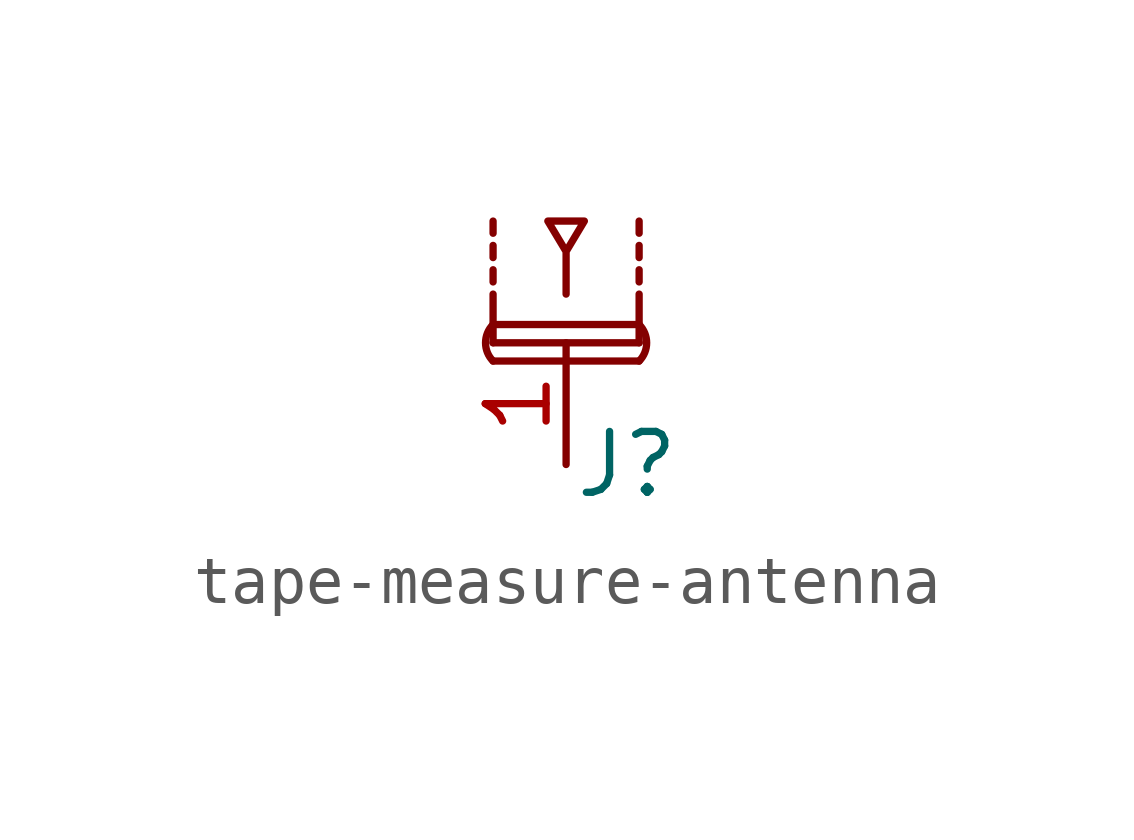
<source format=kicad_sym>
(kicad_symbol_lib
  (version 20241209)
  (generator "kicad_symbol_editor")
  (generator_version "9.0")
  (symbol "tape-measure-antenna"
    (property "Reference" "J"
      (at 1.27 0 0)
      (effects (font (size 1.27 1.27))))
    (property "Value" ""
      (at 0 0 0)
      (effects (font (size 1.27 1.27))))
    (symbol "tape-measure-antenna_0_1"
      (polyline (pts (xy -1.524 4.826) (xy -1.524 5.08)) (stroke (width 0) (type default)) (fill (type none)))
      (polyline (pts (xy -1.524 4.318) (xy -1.524 4.572)) (stroke (width 0) (type default)) (fill (type none)))
      (polyline (pts (xy -1.524 3.81) (xy -1.524 4.064)) (stroke (width 0) (type default)) (fill (type none)))
      (polyline (pts (xy -1.524 2.54) (xy -1.524 3.556)) (stroke (width 0) (type default)) (fill (type none)))
      (polyline (pts (xy -1.524 2.159) (xy 1.524 2.159)) (stroke (width 0) (type default)) (fill (type none)))
      (arc (start -1.524 2.159) (mid -1.6814 2.54) (end -1.524 2.921) (stroke (width 0) (type default)) (fill (type none)))
      (polyline (pts (xy 0 3.556) (xy 0 4.445) (xy 0.381 5.08) (xy -0.381 5.08) (xy 0 4.445)) (stroke (width 0) (type default)) (fill (type none)))
      (arc (start 1.524 2.921) (mid 1.6812 2.54) (end 1.524 2.159) (stroke (width 0) (type default)) (fill (type none)))
      (polyline (pts (xy 1.524 4.826) (xy 1.524 5.08)) (stroke (width 0) (type default)) (fill (type none)))
      (polyline (pts (xy 1.524 4.318) (xy 1.524 4.572)) (stroke (width 0) (type default)) (fill (type none)))
      (polyline (pts (xy 1.524 3.81) (xy 1.524 4.064)) (stroke (width 0) (type default)) (fill (type none)))
      (polyline (pts (xy 1.524 2.921) (xy -1.524 2.921)) (stroke (width 0) (type default)) (fill (type none)))
      (polyline (pts (xy 1.524 2.54) (xy -1.524 2.54)) (stroke (width 0) (type default)) (fill (type none)))
      (polyline (pts (xy 1.524 2.54) (xy 1.524 3.556)) (stroke (width 0) (type default)) (fill (type none))))
    (symbol "tape-measure-antenna_1_1"
      (pin passive line (at 0 0 90) (length 2.54) (name "" (effects (font (size 1.27 1.27)))) (number "1" (effects (font (size 1.27 1.27))))))))
</source>
